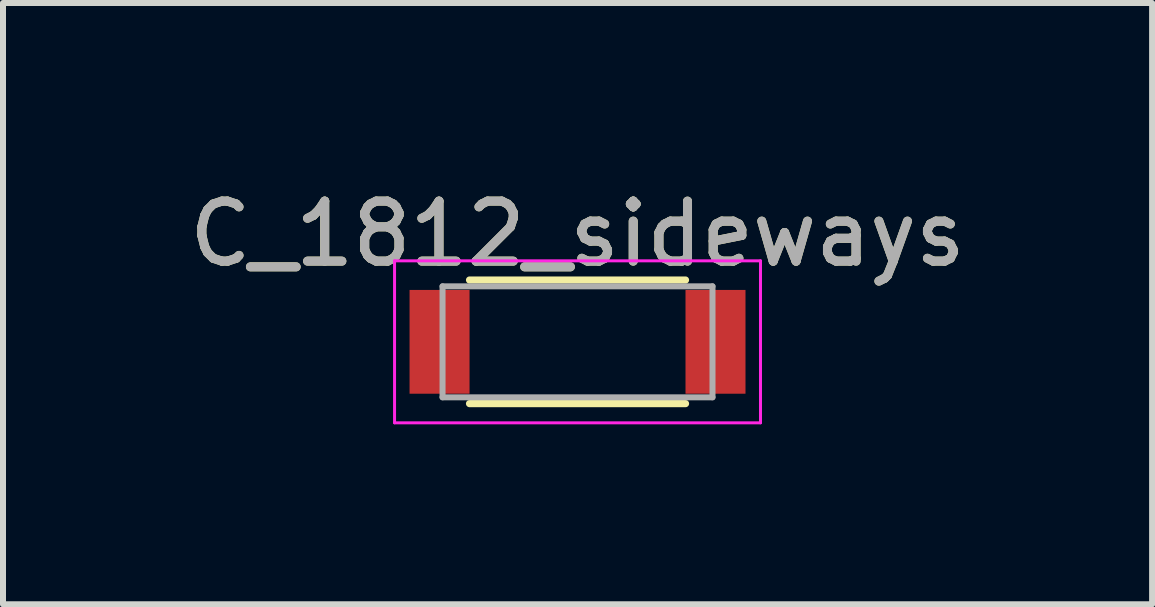
<source format=kicad_pcb>
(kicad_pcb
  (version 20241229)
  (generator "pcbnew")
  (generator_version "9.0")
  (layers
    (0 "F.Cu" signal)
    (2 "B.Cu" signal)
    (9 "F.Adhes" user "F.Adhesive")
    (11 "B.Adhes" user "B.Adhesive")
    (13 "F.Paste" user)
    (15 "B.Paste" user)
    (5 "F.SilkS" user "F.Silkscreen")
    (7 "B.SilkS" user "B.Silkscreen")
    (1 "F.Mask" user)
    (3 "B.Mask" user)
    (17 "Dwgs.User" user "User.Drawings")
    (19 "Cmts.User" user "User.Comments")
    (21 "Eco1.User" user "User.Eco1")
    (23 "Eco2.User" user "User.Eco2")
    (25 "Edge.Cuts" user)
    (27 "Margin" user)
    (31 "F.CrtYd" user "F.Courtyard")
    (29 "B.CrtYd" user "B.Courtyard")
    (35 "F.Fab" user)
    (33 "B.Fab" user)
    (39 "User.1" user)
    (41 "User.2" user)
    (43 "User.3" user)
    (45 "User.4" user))
  (footprint "C_1812_sideways"
    (layer "F.Cu")
    (at 6.577 2.648)
    (property "Reference" "C_1812_sideways" (at 0 -1.8 0) (layer "F.SilkS") (effects (font (size 1 1) (thickness 0.15))))
    (attr smd)
    (fp_line (start -1.8 1.03) (end 1.8 1.03) (stroke (width 0.12) (type solid)) (layer "F.SilkS"))
    (fp_line (start 1.8 -1.03) (end -1.8 -1.03) (stroke (width 0.12) (type solid)) (layer "F.SilkS"))
    (fp_line (start -3.05 -1.35) (end -3.05 1.35) (stroke (width 0.05) (type solid)) (layer "F.CrtYd"))
    (fp_line (start -3.05 -1.35) (end 3.05 -1.35) (stroke (width 0.05) (type solid)) (layer "F.CrtYd"))
    (fp_line (start 3.05 1.35) (end -3.05 1.35) (stroke (width 0.05) (type solid)) (layer "F.CrtYd"))
    (fp_line (start 3.05 1.35) (end 3.05 -1.35) (stroke (width 0.05) (type solid)) (layer "F.CrtYd"))
    (fp_line (start -2.25 -0.925) (end 2.25 -0.925) (stroke (width 0.1) (type solid)) (layer "F.Fab"))
    (fp_line (start -2.25 0.925) (end -2.25 -0.925) (stroke (width 0.1) (type solid)) (layer "F.Fab"))
    (fp_line (start 2.25 -0.925) (end 2.25 0.925) (stroke (width 0.1) (type solid)) (layer "F.Fab"))
    (fp_line (start 2.25 0.925) (end -2.25 0.925) (stroke (width 0.1) (type solid)) (layer "F.Fab"))
    (fp_text user "${REFERENCE}" (at 0 -1.8 0) (layer "F.Fab") (effects (font (size 1 1) (thickness 0.15))))
    (pad "1" smd rect (at -2.3 0) (size 1 1.73) (layers "F.Cu" "F.Mask" "F.Paste"))
    (pad "2" smd rect (at 2.3 0) (size 1 1.73) (layers "F.Cu" "F.Mask" "F.Paste")))
  (gr_rect
    (start -3 -3)
    (end 16.155 7.023)
    (stroke (width 0.1) (type default))
    (fill no)
    (layer "Edge.Cuts")))
</source>
